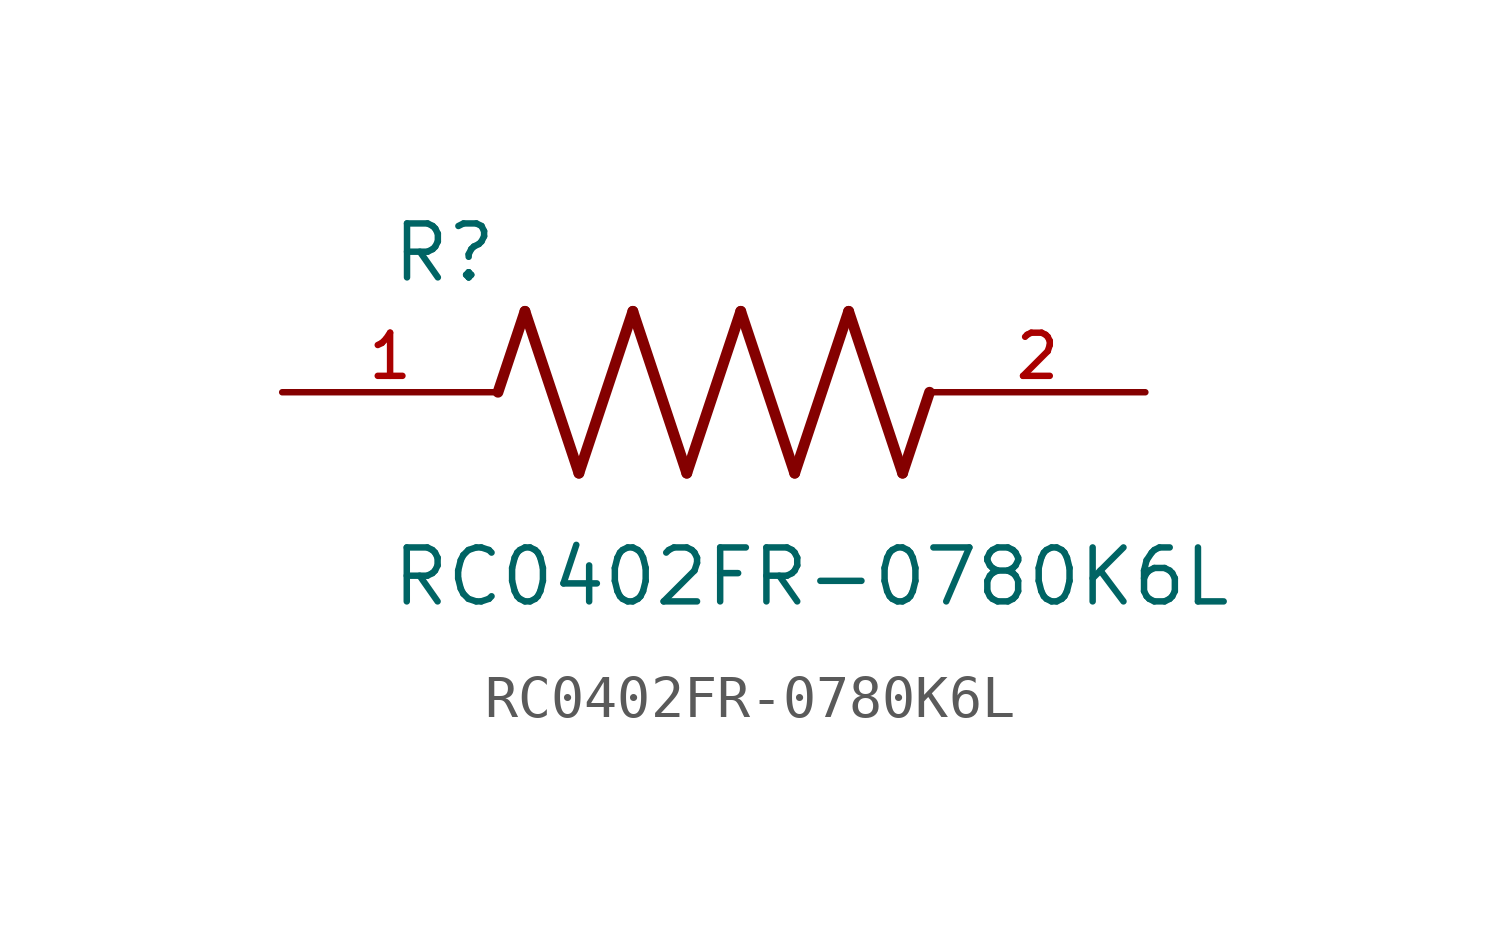
<source format=kicad_sym>
(kicad_symbol_lib
  (version 20211014)
  (generator kicad_symbol_editor)
  (symbol "RC0402FR-0780K6L"
    (pin_names
      (offset 1.016))
    (property "Reference" "R"
      (at -7.624 2.541 0)
      (effects (font (size 1.27 1.27)) (justify bottom left)))
    (property "Value" "RC0402FR-0780K6L"
      (at -7.63 -5.087 0)
      (effects (font (size 1.27 1.27)) (justify bottom left)))
    (symbol "RC0402FR-0780K6L_0_0"
      (polyline (pts (xy -5.08 0.0) (xy -4.445 1.905)) (stroke (width 0.254)))
      (polyline (pts (xy -4.445 1.905) (xy -3.175 -1.905)) (stroke (width 0.254)))
      (polyline (pts (xy -3.175 -1.905) (xy -1.905 1.905)) (stroke (width 0.254)))
      (polyline (pts (xy -1.905 1.905) (xy -0.635 -1.905)) (stroke (width 0.254)))
      (polyline (pts (xy -0.635 -1.905) (xy 0.635 1.905)) (stroke (width 0.254)))
      (polyline (pts (xy 0.635 1.905) (xy 1.905 -1.905)) (stroke (width 0.254)))
      (polyline (pts (xy 1.905 -1.905) (xy 3.175 1.905)) (stroke (width 0.254)))
      (polyline (pts (xy 3.175 1.905) (xy 4.445 -1.905)) (stroke (width 0.254)))
      (polyline (pts (xy 4.445 -1.905) (xy 5.08 0.0)) (stroke (width 0.254)))
      (pin passive line (at -10.16 0.0 0) (length 5.08) (name "~" (effects (font (size 1.016 1.016)))) (number "1" (effects (font (size 1.016 1.016)))))
      (pin passive line (at 10.16 0.0 180.0) (length 5.08) (name "~" (effects (font (size 1.016 1.016)))) (number "2" (effects (font (size 1.016 1.016))))))))
</source>
